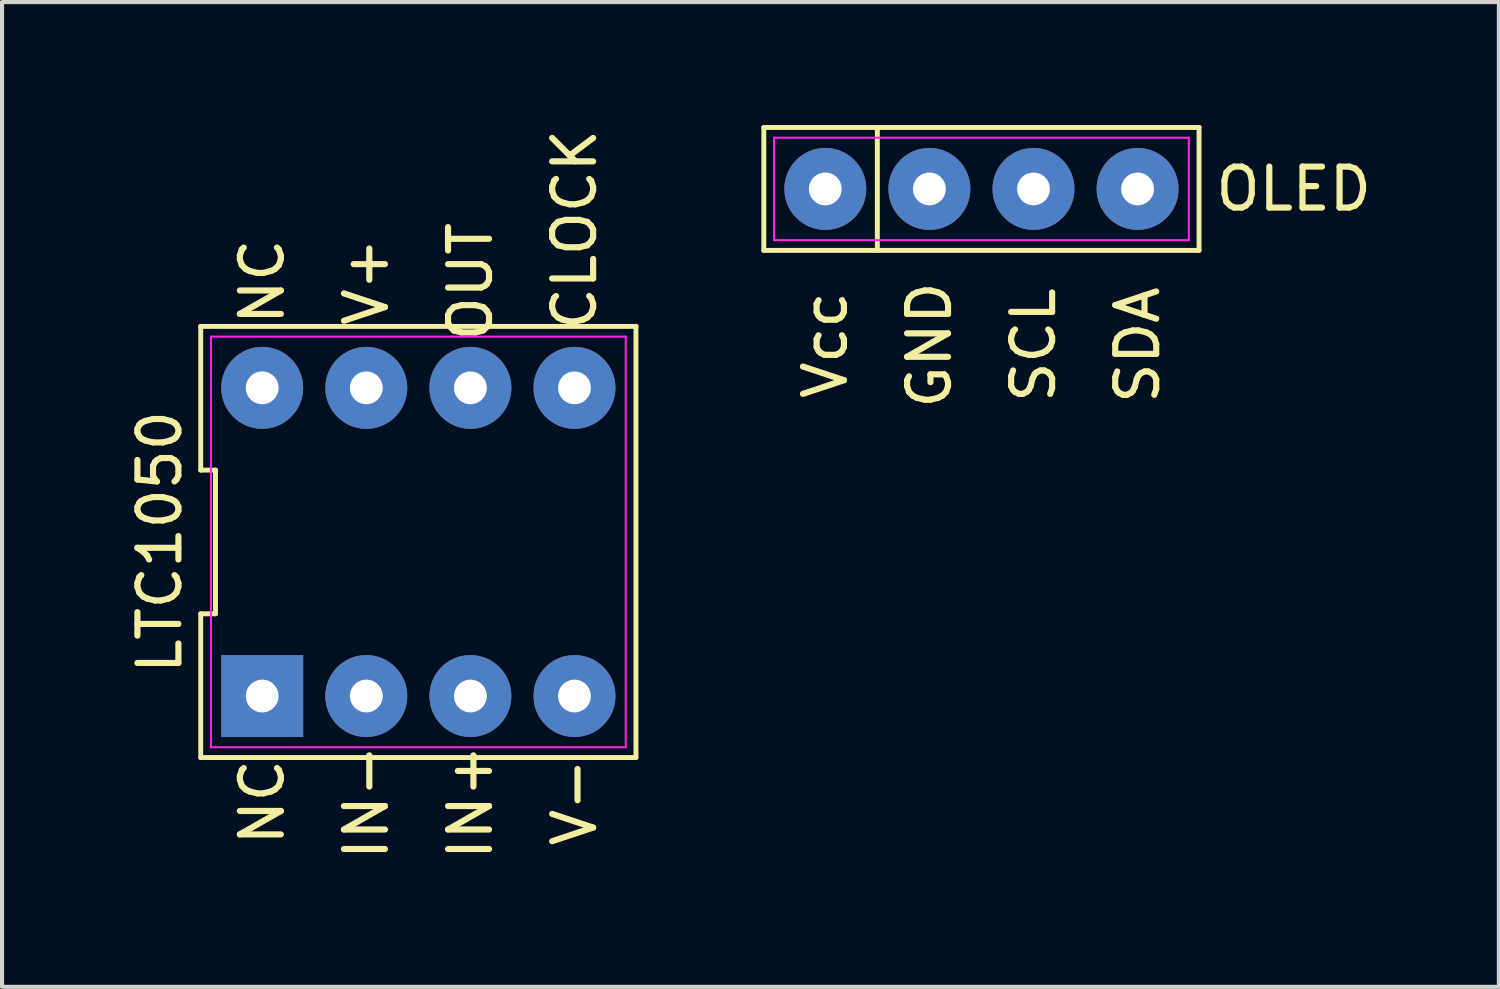
<source format=kicad_pcb>
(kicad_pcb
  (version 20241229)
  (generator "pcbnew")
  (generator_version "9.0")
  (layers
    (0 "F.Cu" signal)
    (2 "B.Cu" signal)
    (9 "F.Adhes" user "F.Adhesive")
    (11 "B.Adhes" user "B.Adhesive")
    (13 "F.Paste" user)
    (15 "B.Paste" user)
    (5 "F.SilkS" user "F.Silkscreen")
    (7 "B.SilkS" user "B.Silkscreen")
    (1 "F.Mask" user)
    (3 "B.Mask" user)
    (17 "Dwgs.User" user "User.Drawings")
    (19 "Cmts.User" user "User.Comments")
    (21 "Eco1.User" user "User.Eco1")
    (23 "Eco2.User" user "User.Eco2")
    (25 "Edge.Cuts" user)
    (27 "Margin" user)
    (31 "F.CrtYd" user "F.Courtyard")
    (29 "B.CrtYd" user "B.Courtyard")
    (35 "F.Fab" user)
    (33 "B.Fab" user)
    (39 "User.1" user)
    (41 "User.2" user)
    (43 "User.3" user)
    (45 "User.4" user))
  (footprint "OLED"
    (layer "F.Cu")
    (at 20.898 1.56)
    (property "Reference" "OLED" (at 7.62 0 0) (layer "F.SilkS") (effects (font (size 1 1) (thickness 0.15))))
    (attr through_hole)
    (fp_line (start -5.31 -1.5) (end 5.31 -1.5) (stroke (width 0.12) (type solid)) (layer "F.SilkS"))
    (fp_line (start -5.31 1.5) (end -5.31 -1.5) (stroke (width 0.12) (type solid)) (layer "F.SilkS"))
    (fp_line (start -2.54 -1.5) (end -2.54 1.5) (stroke (width 0.12) (type solid)) (layer "F.SilkS"))
    (fp_line (start 5.31 -1.5) (end 5.31 1.5) (stroke (width 0.12) (type solid)) (layer "F.SilkS"))
    (fp_line (start 5.31 1.5) (end -5.31 1.5) (stroke (width 0.12) (type solid)) (layer "F.SilkS"))
    (fp_line (start -5.06 -1.25) (end 5.06 -1.25) (stroke (width 0.05) (type solid)) (layer "F.CrtYd"))
    (fp_line (start -5.06 1.25) (end -5.06 -1.25) (stroke (width 0.05) (type solid)) (layer "F.CrtYd"))
    (fp_line (start 5.06 -1.25) (end 5.06 1.25) (stroke (width 0.05) (type solid)) (layer "F.CrtYd"))
    (fp_line (start 5.06 1.25) (end -5.06 1.25) (stroke (width 0.05) (type solid)) (layer "F.CrtYd"))
    (fp_text user "SDA" (at 3.81 3.81 90) (layer "F.SilkS") (effects (font (size 1 1) (thickness 0.15))))
    (fp_text user "SCL" (at 1.27 3.81 90) (layer "F.SilkS") (effects (font (size 1 1) (thickness 0.15))))
    (fp_text user "Vcc" (at -3.81 3.81 90) (layer "F.SilkS") (effects (font (size 1 1) (thickness 0.15))))
    (fp_text user "GND" (at -1.27 3.81 90) (layer "F.SilkS") (effects (font (size 1 1) (thickness 0.15))))
    (pad "1" thru_hole circle (at -3.81 0) (size 2 2) (drill 0.8) (layers "*.Cu" "*.Mask"))
    (pad "2" thru_hole circle (at -1.27 0) (size 2 2) (drill 0.8) (layers "*.Cu" "*.Mask"))
    (pad "3" thru_hole circle (at 1.27 0) (size 2 2) (drill 0.8) (layers "*.Cu" "*.Mask"))
    (pad "4" thru_hole circle (at 3.81 0) (size 2 2) (drill 0.8) (layers "*.Cu" "*.Mask")))
  (footprint "LTC1050"
    (layer "F.Cu")
    (at 7.158 10.174)
    (property "Reference" "LTC1050" (at -6.31 0 90) (layer "F.SilkS") (effects (font (size 1 1) (thickness 0.15))))
    (attr through_hole)
    (fp_line (start -5.31 -5.26) (end -5.31 -1.753) (stroke (width 0.12) (type solid)) (layer "F.SilkS"))
    (fp_line (start -5.31 -1.753) (end -4.95 -1.753) (stroke (width 0.12) (type solid)) (layer "F.SilkS"))
    (fp_line (start -5.31 1.753) (end -5.31 5.26) (stroke (width 0.12) (type solid)) (layer "F.SilkS"))
    (fp_line (start -5.31 5.26) (end 5.31 5.26) (stroke (width 0.12) (type solid)) (layer "F.SilkS"))
    (fp_line (start -4.95 -1.753) (end -4.95 1.753) (stroke (width 0.12) (type solid)) (layer "F.SilkS"))
    (fp_line (start -4.95 1.753) (end -5.31 1.753) (stroke (width 0.12) (type solid)) (layer "F.SilkS"))
    (fp_line (start 5.31 -5.26) (end -5.31 -5.26) (stroke (width 0.12) (type solid)) (layer "F.SilkS"))
    (fp_line (start 5.31 5.26) (end 5.31 -5.26) (stroke (width 0.12) (type solid)) (layer "F.SilkS"))
    (fp_line (start -5.06 -5.01) (end 5.06 -5.01) (stroke (width 0.05) (type solid)) (layer "F.CrtYd"))
    (fp_line (start -5.06 5.01) (end -5.06 -5.01) (stroke (width 0.05) (type solid)) (layer "F.CrtYd"))
    (fp_line (start 5.06 -5.01) (end 5.06 5.01) (stroke (width 0.05) (type solid)) (layer "F.CrtYd"))
    (fp_line (start 5.06 5.01) (end -5.06 5.01) (stroke (width 0.05) (type solid)) (layer "F.CrtYd"))
    (fp_text user "NC" (at -3.81 -6.35 90) (layer "F.SilkS") (effects (font (size 1 1) (thickness 0.15))))
    (fp_text user "IN-" (at -1.27 6.35 90) (layer "F.SilkS") (effects (font (size 1 1) (thickness 0.15))))
    (fp_text user "V-" (at 3.81 6.35 90) (layer "F.SilkS") (effects (font (size 1 1) (thickness 0.15))))
    (fp_text user "IN+" (at 1.27 6.35 90) (layer "F.SilkS") (effects (font (size 1 1) (thickness 0.15))))
    (fp_text user "OUT" (at 1.27 -6.35 90) (layer "F.SilkS") (effects (font (size 1 1) (thickness 0.15))))
    (fp_text user "CLOCK" (at 3.81 -7.62 90) (layer "F.SilkS") (effects (font (size 1 1) (thickness 0.15))))
    (fp_text user "NC" (at -3.81 6.35 90) (layer "F.SilkS") (effects (font (size 1 1) (thickness 0.15))))
    (fp_text user "V+" (at -1.27 -6.35 90) (layer "F.SilkS") (effects (font (size 1 1) (thickness 0.15))))
    (pad "1" thru_hole rect (at -3.81 3.76) (size 2 2) (drill 0.8) (layers "*.Cu" "*.Mask"))
    (pad "2" thru_hole circle (at -1.27 3.76) (size 2 2) (drill 0.8) (layers "*.Cu" "*.Mask"))
    (pad "3" thru_hole circle (at 1.27 3.76) (size 2 2) (drill 0.8) (layers "*.Cu" "*.Mask"))
    (pad "4" thru_hole circle (at 3.81 3.76) (size 2 2) (drill 0.8) (layers "*.Cu" "*.Mask"))
    (pad "5" thru_hole circle (at 3.81 -3.76) (size 2 2) (drill 0.8) (layers "*.Cu" "*.Mask"))
    (pad "6" thru_hole circle (at 1.27 -3.76) (size 2 2) (drill 0.8) (layers "*.Cu" "*.Mask"))
    (pad "7" thru_hole circle (at -1.27 -3.76) (size 2 2) (drill 0.8) (layers "*.Cu" "*.Mask"))
    (pad "8" thru_hole circle (at -3.81 -3.76) (size 2 2) (drill 0.8) (layers "*.Cu" "*.Mask")))
  (gr_rect
    (start -3 -3)
    (end 33.524 21.03)
    (stroke (width 0.1) (type default))
    (fill no)
    (layer "Edge.Cuts")))
</source>
